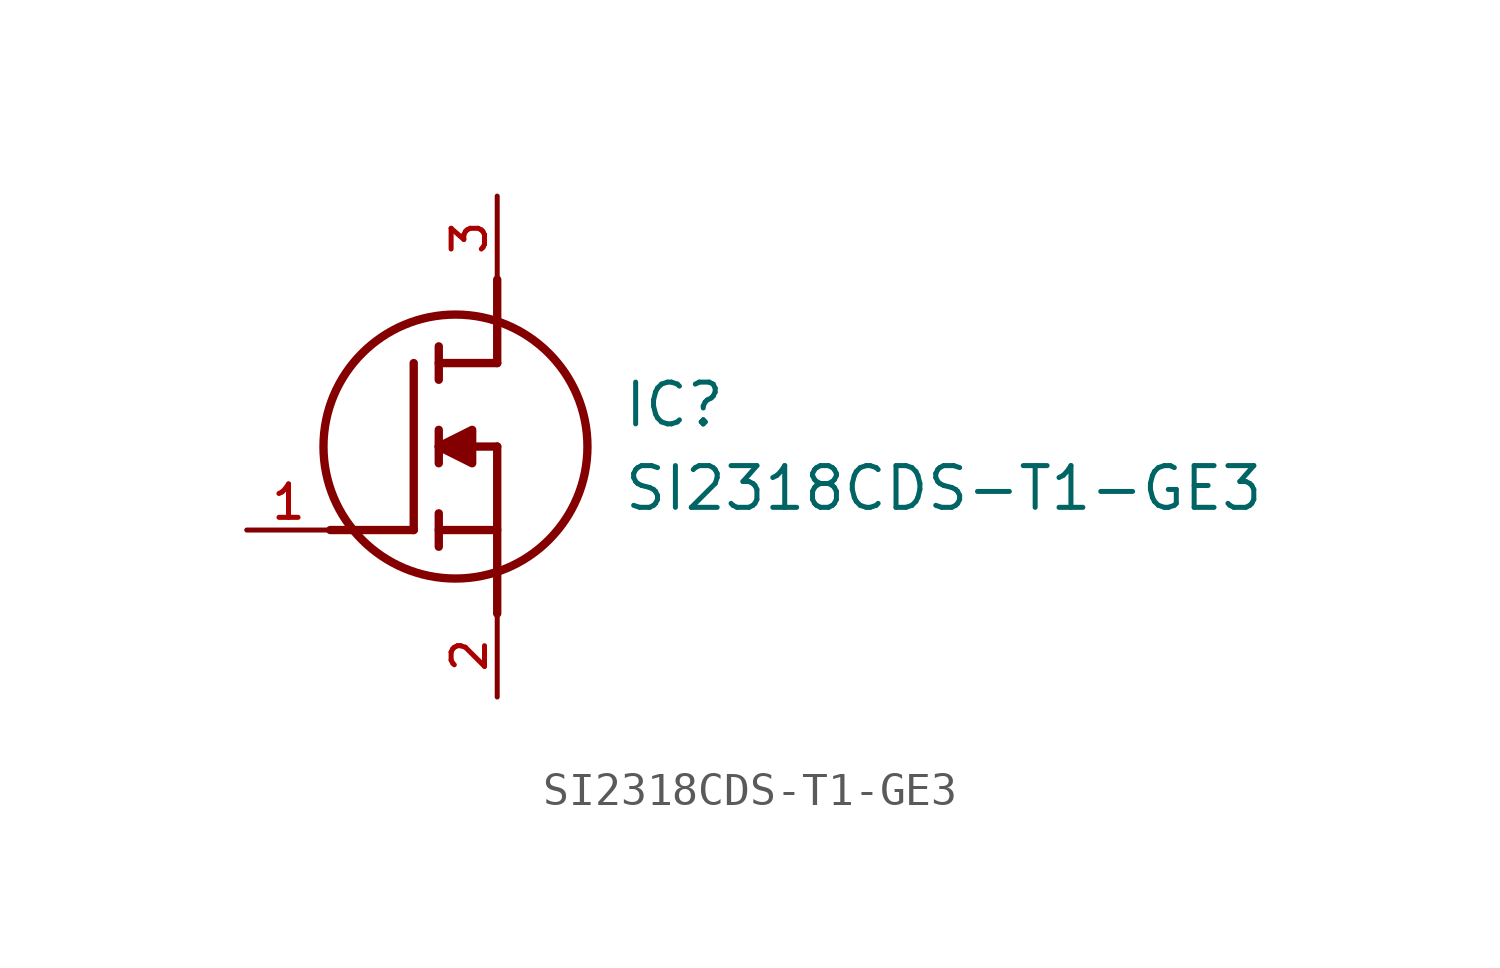
<source format=kicad_sym>
(kicad_symbol_lib
  (version 20211014)
  (generator kicad_symbol_editor)
  (symbol "SI2318CDS-T1-GE3"
    (pin_names
      (offset 1.016))
    (property "Reference" "IC"
      (at 11.43 3.81 0)
      (effects (font (size 1.27 1.27)) (justify left)))
    (property "Value" "SI2318CDS-T1-GE3"
      (at 11.43 1.27 0)
      (effects (font (size 1.27 1.27)) (justify left)))
    (symbol "SI2318CDS-T1-GE3_0_0"
      (polyline (pts (xy 7.62 2.54) (xy 7.62 -2.54)) (stroke (width 0.254)))
      (polyline (pts (xy 7.62 5.08) (xy 7.62 7.62)) (stroke (width 0.254)))
      (polyline (pts (xy 2.54 0.0) (xy 5.08 0.0)) (stroke (width 0.254)))
      (polyline (pts (xy 5.08 5.08) (xy 5.08 0.0)) (stroke (width 0.254)))
      (polyline (pts (xy 7.62 2.54) (xy 5.842 2.54)) (stroke (width 0.254)))
      (polyline (pts (xy 7.62 5.08) (xy 5.842 5.08)) (stroke (width 0.254)))
      (polyline (pts (xy 5.842 0.0) (xy 7.62 0.0)) (stroke (width 0.254)))
      (polyline (pts (xy 5.842 5.588) (xy 5.842 4.572)) (stroke (width 0.254)))
      (polyline (pts (xy 5.842 -0.508) (xy 5.842 0.508)) (stroke (width 0.254)))
      (polyline (pts (xy 5.842 2.032) (xy 5.842 3.048)) (stroke (width 0.254)))
      (circle (center 6.35 2.54) (radius 4.016) (stroke (width 0.254)) (fill (type none)))
      (polyline (pts (xy 5.842 2.54) (xy 6.858 3.048) (xy 6.858 2.032) (xy 5.842 2.54)) (stroke (width 0.254)) (fill (type outline)))
      (pin input line (at 0.0 0.0 0) (length 2.54) (name "~" (effects (font (size 1.016 1.016)))) (number "1" (effects (font (size 1.016 1.016)))))
      (pin output line (at 7.62 10.16 270.0) (length 2.54) (name "~" (effects (font (size 1.016 1.016)))) (number "3" (effects (font (size 1.016 1.016)))))
      (pin input line (at 7.62 -5.08 90.0) (length 2.54) (name "~" (effects (font (size 1.016 1.016)))) (number "2" (effects (font (size 1.016 1.016))))))))
</source>
